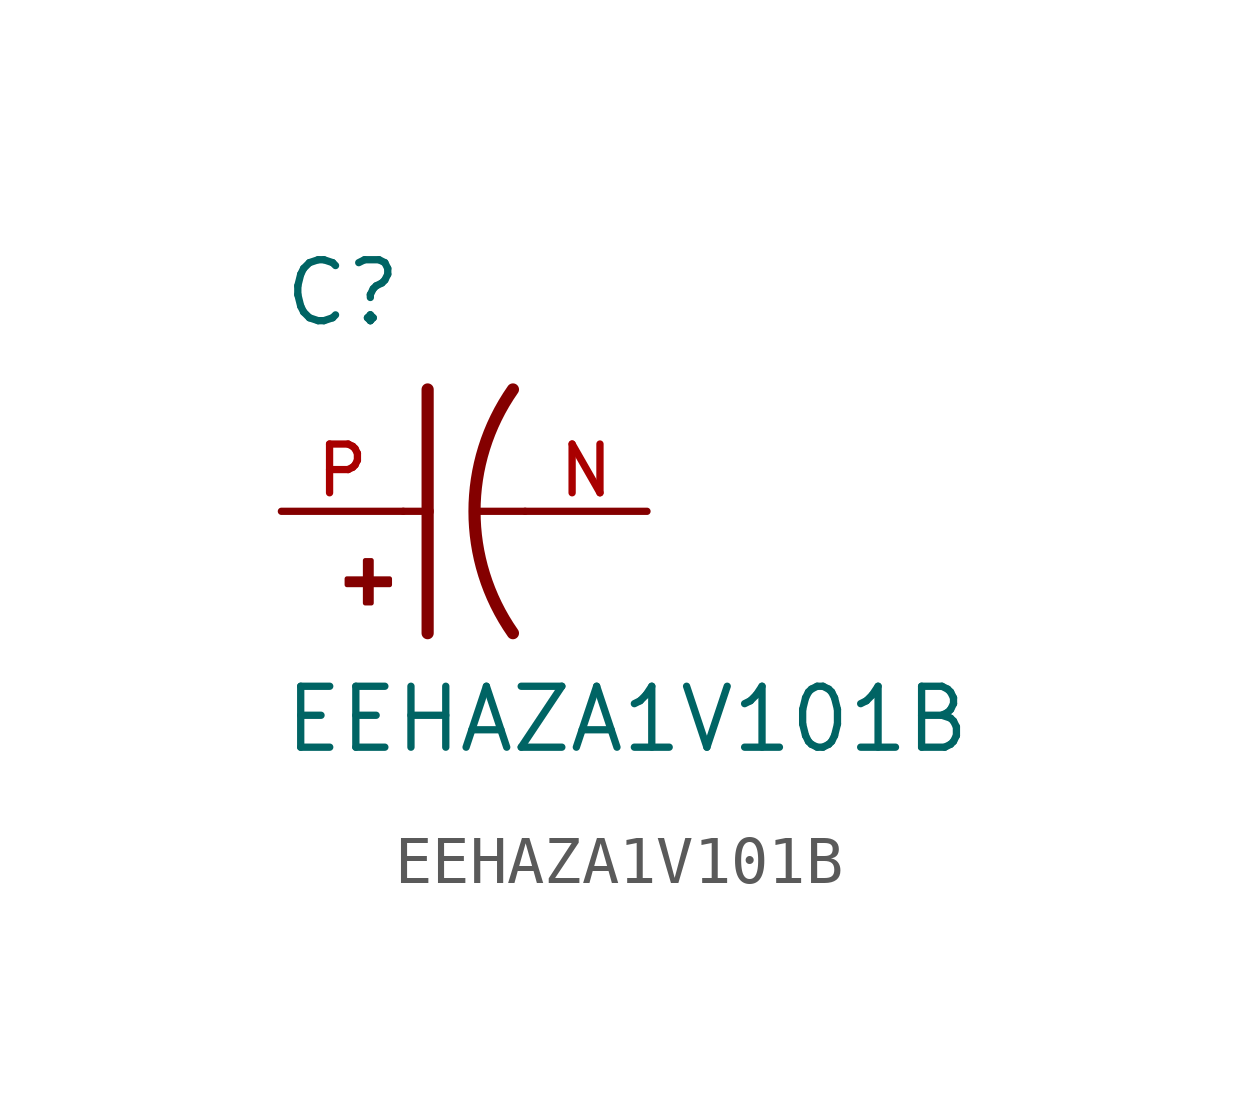
<source format=kicad_sym>
(kicad_symbol_lib
  (version 20211014)
  (generator kicad_symbol_editor)
  (symbol "EEHAZA1V101B"
    (pin_names
      (offset 1.016))
    (property "Reference" "C"
      (at -2.54 3.81 0)
      (effects (font (size 1.27 1.27)) (justify bottom left)))
    (property "Value" "EEHAZA1V101B"
      (at -2.54 -5.08 0)
      (effects (font (size 1.27 1.27)) (justify bottom left)))
    (symbol "EEHAZA1V101B_0_0"
      (arc (start 2.286 -2.54) (mid 1.4851 -0.0) (end 2.286 2.54) (stroke (width 0.254) (type default) (color 0 0 0 0)) (fill (type none)))
      (polyline (pts (xy 0.508 2.54) (xy 0.508 0.0)) (stroke (width 0.254)))
      (rectangle (start -1.173 -1.532) (end -0.284 -1.405) (stroke (width 0.1)) (fill (type outline)))
      (rectangle (start -0.792 -1.913) (end -0.665 -1.024) (stroke (width 0.1)) (fill (type outline)))
      (polyline (pts (xy 0.508 0.0) (xy 0.508 -2.54)) (stroke (width 0.254)))
      (polyline (pts (xy 0.0 0.0) (xy 0.508 0.0)) (stroke (width 0.152)))
      (polyline (pts (xy 2.54 0.0) (xy 1.524 0.0)) (stroke (width 0.152)))
      (pin passive line (at -2.54 0.0 0) (length 2.54) (name "~" (effects (font (size 1.016 1.016)))) (number "P" (effects (font (size 1.016 1.016)))))
      (pin passive line (at 5.08 0.0 180.0) (length 2.54) (name "~" (effects (font (size 1.016 1.016)))) (number "N" (effects (font (size 1.016 1.016))))))))
</source>
